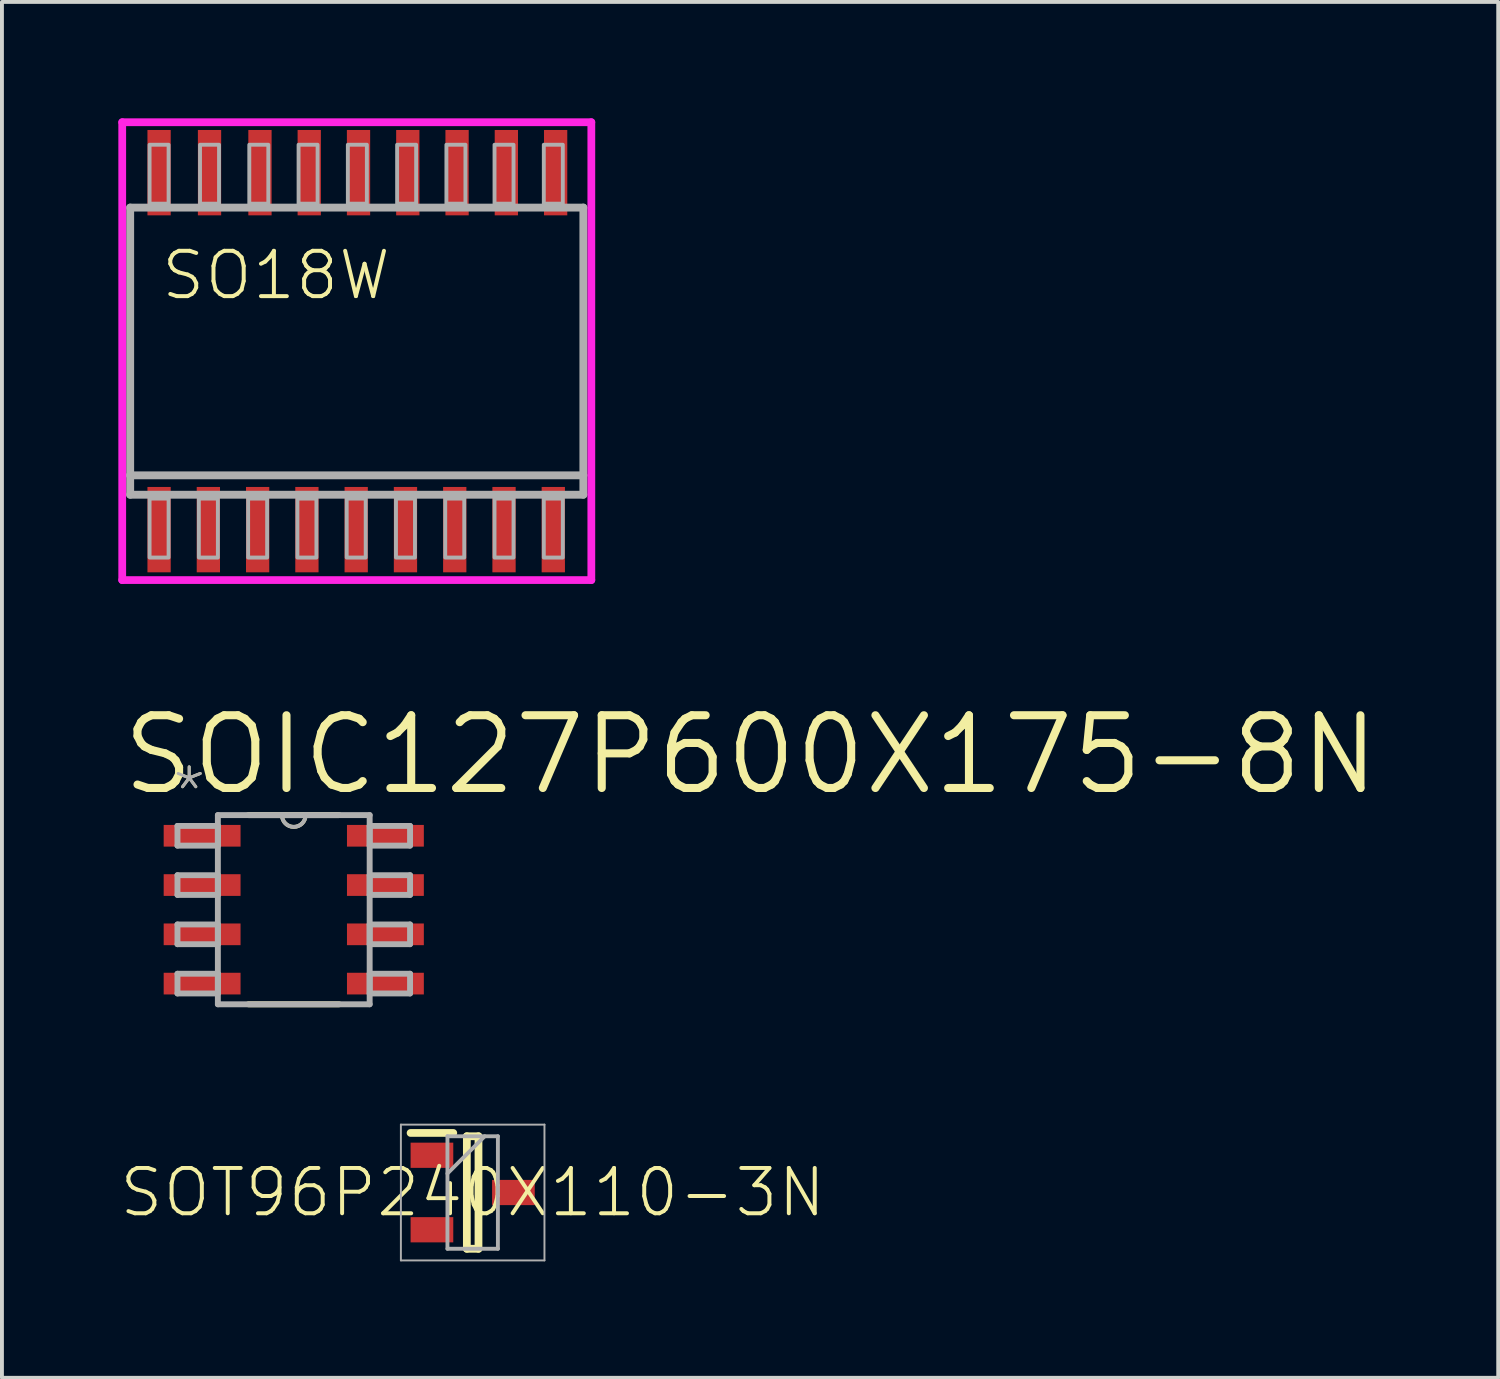
<source format=kicad_pcb>
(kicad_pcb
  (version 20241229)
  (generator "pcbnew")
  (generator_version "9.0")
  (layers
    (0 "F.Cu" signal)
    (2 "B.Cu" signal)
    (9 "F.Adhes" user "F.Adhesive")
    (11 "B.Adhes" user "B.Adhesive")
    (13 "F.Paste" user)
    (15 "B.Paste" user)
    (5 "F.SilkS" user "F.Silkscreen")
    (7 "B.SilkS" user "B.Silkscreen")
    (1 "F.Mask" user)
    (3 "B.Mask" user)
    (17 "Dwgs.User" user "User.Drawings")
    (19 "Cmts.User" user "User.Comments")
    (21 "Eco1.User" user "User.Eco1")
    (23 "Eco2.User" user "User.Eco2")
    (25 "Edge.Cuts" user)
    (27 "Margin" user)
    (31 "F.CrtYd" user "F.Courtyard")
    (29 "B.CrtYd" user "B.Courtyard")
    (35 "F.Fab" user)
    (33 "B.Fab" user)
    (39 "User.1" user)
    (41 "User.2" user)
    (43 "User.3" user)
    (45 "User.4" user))
  (footprint "SO18W"
    (layer "F.Cu")
    (at 5.495 6)
    (property "Reference" "SO18W" (at -4.445 -1.27 0) (layer "F.SilkS") (effects (font (size 1.168 1.168) (thickness 0.102)) (justify left bottom)))
    (fp_line (start -5.395 -5.9) (end 6.695 -5.9) (stroke (width 0.2) (type solid)) (layer "F.CrtYd"))
    (fp_line (start -5.395 5.9) (end -5.395 -5.9) (stroke (width 0.2) (type solid)) (layer "F.CrtYd"))
    (fp_line (start 6.695 -5.9) (end 6.695 5.9) (stroke (width 0.2) (type solid)) (layer "F.CrtYd"))
    (fp_line (start 6.695 5.9) (end -5.395 5.9) (stroke (width 0.2) (type solid)) (layer "F.CrtYd"))
    (fp_line (start -5.19 -3.7) (end 6.49 -3.7) (stroke (width 0.203) (type solid)) (layer "F.Fab"))
    (fp_line (start -5.19 3.2) (end -5.19 -3.7) (stroke (width 0.203) (type solid)) (layer "F.Fab"))
    (fp_line (start -5.19 3.7) (end -5.19 3.2) (stroke (width 0.203) (type solid)) (layer "F.Fab"))
    (fp_line (start 6.49 -3.7) (end 6.49 3.2) (stroke (width 0.203) (type solid)) (layer "F.Fab"))
    (fp_line (start 6.49 3.2) (end -5.19 3.2) (stroke (width 0.203) (type solid)) (layer "F.Fab"))
    (fp_line (start 6.49 3.2) (end 6.49 3.7) (stroke (width 0.203) (type solid)) (layer "F.Fab"))
    (fp_line (start 6.49 3.7) (end -5.19 3.7) (stroke (width 0.203) (type solid)) (layer "F.Fab"))
    (fp_poly (pts (xy -4.69 -3.8) (xy -4.2 -3.8) (xy -4.2 -5.32) (xy -4.69 -5.32)) (stroke (width 0.1) (type default)) (fill no) (layer "F.Fab"))
    (fp_poly (pts (xy -4.69 5.32) (xy -4.2 5.32) (xy -4.2 3.8) (xy -4.69 3.8)) (stroke (width 0.1) (type default)) (fill no) (layer "F.Fab"))
    (fp_poly (pts (xy -3.42 5.32) (xy -2.93 5.32) (xy -2.93 3.8) (xy -3.42 3.8)) (stroke (width 0.1) (type default)) (fill no) (layer "F.Fab"))
    (fp_poly (pts (xy -3.39 -3.8) (xy -2.9 -3.8) (xy -2.9 -5.32) (xy -3.39 -5.32)) (stroke (width 0.1) (type default)) (fill no) (layer "F.Fab"))
    (fp_poly (pts (xy -2.15 5.32) (xy -1.66 5.32) (xy -1.66 3.8) (xy -2.15 3.8)) (stroke (width 0.1) (type default)) (fill no) (layer "F.Fab"))
    (fp_poly (pts (xy -2.12 -3.8) (xy -1.63 -3.8) (xy -1.63 -5.32) (xy -2.12 -5.32)) (stroke (width 0.1) (type default)) (fill no) (layer "F.Fab"))
    (fp_poly (pts (xy -0.88 5.32) (xy -0.39 5.32) (xy -0.39 3.8) (xy -0.88 3.8)) (stroke (width 0.1) (type default)) (fill no) (layer "F.Fab"))
    (fp_poly (pts (xy -0.85 -3.8) (xy -0.36 -3.8) (xy -0.36 -5.32) (xy -0.85 -5.32)) (stroke (width 0.1) (type default)) (fill no) (layer "F.Fab"))
    (fp_poly (pts (xy 0.39 5.32) (xy 0.88 5.32) (xy 0.88 3.8) (xy 0.39 3.8)) (stroke (width 0.1) (type default)) (fill no) (layer "F.Fab"))
    (fp_poly (pts (xy 0.42 -3.8) (xy 0.91 -3.8) (xy 0.91 -5.32) (xy 0.42 -5.32)) (stroke (width 0.1) (type default)) (fill no) (layer "F.Fab"))
    (fp_poly (pts (xy 1.66 5.32) (xy 2.15 5.32) (xy 2.15 3.8) (xy 1.66 3.8)) (stroke (width 0.1) (type default)) (fill no) (layer "F.Fab"))
    (fp_poly (pts (xy 1.69 -3.8) (xy 2.18 -3.8) (xy 2.18 -5.32) (xy 1.69 -5.32)) (stroke (width 0.1) (type default)) (fill no) (layer "F.Fab"))
    (fp_poly (pts (xy 2.93 5.32) (xy 3.42 5.32) (xy 3.42 3.8) (xy 2.93 3.8)) (stroke (width 0.1) (type default)) (fill no) (layer "F.Fab"))
    (fp_poly (pts (xy 2.96 -3.8) (xy 3.45 -3.8) (xy 3.45 -5.32) (xy 2.96 -5.32)) (stroke (width 0.1) (type default)) (fill no) (layer "F.Fab"))
    (fp_poly (pts (xy 4.2 -3.8) (xy 4.69 -3.8) (xy 4.69 -5.32) (xy 4.2 -5.32)) (stroke (width 0.1) (type default)) (fill no) (layer "F.Fab"))
    (fp_poly (pts (xy 4.2 5.32) (xy 4.69 5.32) (xy 4.69 3.8) (xy 4.2 3.8)) (stroke (width 0.1) (type default)) (fill no) (layer "F.Fab"))
    (fp_poly (pts (xy 5.47 -3.8) (xy 5.96 -3.8) (xy 5.96 -5.32) (xy 5.47 -5.32)) (stroke (width 0.1) (type default)) (fill no) (layer "F.Fab"))
    (fp_poly (pts (xy 5.47 5.32) (xy 5.96 5.32) (xy 5.96 3.8) (xy 5.47 3.8)) (stroke (width 0.1) (type default)) (fill no) (layer "F.Fab"))
    (pad "1" smd rect (at -4.445 4.6) (size 0.6 2.2) (layers "F.Cu" "F.Mask" "F.Paste"))
    (pad "2" smd rect (at -3.175 4.6) (size 0.6 2.2) (layers "F.Cu" "F.Mask" "F.Paste"))
    (pad "3" smd rect (at -1.905 4.6) (size 0.6 2.2) (layers "F.Cu" "F.Mask" "F.Paste"))
    (pad "4" smd rect (at -0.635 4.6) (size 0.6 2.2) (layers "F.Cu" "F.Mask" "F.Paste"))
    (pad "5" smd rect (at 0.635 4.6) (size 0.6 2.2) (layers "F.Cu" "F.Mask" "F.Paste"))
    (pad "6" smd rect (at 1.905 4.6) (size 0.6 2.2) (layers "F.Cu" "F.Mask" "F.Paste"))
    (pad "7" smd rect (at 3.175 4.6) (size 0.6 2.2) (layers "F.Cu" "F.Mask" "F.Paste"))
    (pad "8" smd rect (at 4.445 4.6) (size 0.6 2.2) (layers "F.Cu" "F.Mask" "F.Paste"))
    (pad "9" smd rect (at 5.715 4.6) (size 0.6 2.2) (layers "F.Cu" "F.Mask" "F.Paste"))
    (pad "10" smd rect (at 5.775 -4.6) (size 0.6 2.2) (layers "F.Cu" "F.Mask" "F.Paste"))
    (pad "11" smd rect (at 4.505 -4.6) (size 0.6 2.2) (layers "F.Cu" "F.Mask" "F.Paste"))
    (pad "12" smd rect (at 3.235 -4.6) (size 0.6 2.2) (layers "F.Cu" "F.Mask" "F.Paste"))
    (pad "13" smd rect (at 1.965 -4.6) (size 0.6 2.2) (layers "F.Cu" "F.Mask" "F.Paste"))
    (pad "14" smd rect (at 0.695 -4.6) (size 0.6 2.2) (layers "F.Cu" "F.Mask" "F.Paste"))
    (pad "15" smd rect (at -0.575 -4.6) (size 0.6 2.2) (layers "F.Cu" "F.Mask" "F.Paste"))
    (pad "16" smd rect (at -1.845 -4.6) (size 0.6 2.2) (layers "F.Cu" "F.Mask" "F.Paste"))
    (pad "17" smd rect (at -3.145 -4.6) (size 0.6 2.2) (layers "F.Cu" "F.Mask" "F.Paste"))
    (pad "18" smd rect (at -4.445 -4.6) (size 0.6 2.2) (layers "F.Cu" "F.Mask" "F.Paste")))
  (footprint "SOIC127P600X175-8N"
    (layer "F.Cu")
    (at 4.521 20.395)
    (property "Reference" "SOIC127P600X175-8N" (at -4.521 -2.896 0) (layer "F.SilkS") (effects (font (size 1.875 1.875) (thickness 0.208)) (justify left bottom)))
    (fp_line (start -1.168 2.438) (end 1.168 2.438) (stroke (width 0.152) (type solid)) (layer "F.SilkS"))
    (fp_line (start -0.305 -2.438) (end -1.168 -2.438) (stroke (width 0.152) (type solid)) (layer "F.SilkS"))
    (fp_line (start 0.305 -2.438) (end -0.305 -2.438) (stroke (width 0.152) (type solid)) (layer "F.SilkS"))
    (fp_line (start 1.168 -2.438) (end 0.305 -2.438) (stroke (width 0.152) (type solid)) (layer "F.SilkS"))
    (fp_arc (start 0.3048 -2.4384) (mid 0 -2.1336) (end -0.3048 -2.4384) (stroke (width 0.1) (type solid)) (layer "F.SilkS"))
    (fp_line (start -2.997 -2.159) (end -2.997 -1.651) (stroke (width 0.152) (type solid)) (layer "F.Fab"))
    (fp_line (start -2.997 -1.651) (end -1.956 -1.651) (stroke (width 0.152) (type solid)) (layer "F.Fab"))
    (fp_line (start -2.997 -0.889) (end -2.997 -0.381) (stroke (width 0.152) (type solid)) (layer "F.Fab"))
    (fp_line (start -2.997 -0.381) (end -1.956 -0.381) (stroke (width 0.152) (type solid)) (layer "F.Fab"))
    (fp_line (start -2.997 0.381) (end -2.997 0.889) (stroke (width 0.152) (type solid)) (layer "F.Fab"))
    (fp_line (start -2.997 0.889) (end -1.956 0.889) (stroke (width 0.152) (type solid)) (layer "F.Fab"))
    (fp_line (start -2.997 1.651) (end -2.997 2.159) (stroke (width 0.152) (type solid)) (layer "F.Fab"))
    (fp_line (start -2.997 2.159) (end -1.956 2.159) (stroke (width 0.152) (type solid)) (layer "F.Fab"))
    (fp_line (start -1.956 -2.438) (end -1.956 2.438) (stroke (width 0.152) (type solid)) (layer "F.Fab"))
    (fp_line (start -1.956 -2.159) (end -2.997 -2.159) (stroke (width 0.152) (type solid)) (layer "F.Fab"))
    (fp_line (start -1.956 -1.651) (end -1.956 -2.159) (stroke (width 0.152) (type solid)) (layer "F.Fab"))
    (fp_line (start -1.956 -0.889) (end -2.997 -0.889) (stroke (width 0.152) (type solid)) (layer "F.Fab"))
    (fp_line (start -1.956 -0.381) (end -1.956 -0.889) (stroke (width 0.152) (type solid)) (layer "F.Fab"))
    (fp_line (start -1.956 0.381) (end -2.997 0.381) (stroke (width 0.152) (type solid)) (layer "F.Fab"))
    (fp_line (start -1.956 0.889) (end -1.956 0.381) (stroke (width 0.152) (type solid)) (layer "F.Fab"))
    (fp_line (start -1.956 1.651) (end -2.997 1.651) (stroke (width 0.152) (type solid)) (layer "F.Fab"))
    (fp_line (start -1.956 2.159) (end -1.956 1.651) (stroke (width 0.152) (type solid)) (layer "F.Fab"))
    (fp_line (start -1.956 2.438) (end 1.956 2.438) (stroke (width 0.152) (type solid)) (layer "F.Fab"))
    (fp_line (start -0.305 -2.438) (end -1.956 -2.438) (stroke (width 0.152) (type solid)) (layer "F.Fab"))
    (fp_line (start 0.305 -2.438) (end -0.305 -2.438) (stroke (width 0.152) (type solid)) (layer "F.Fab"))
    (fp_line (start 1.956 -2.438) (end 0.305 -2.438) (stroke (width 0.152) (type solid)) (layer "F.Fab"))
    (fp_line (start 1.956 -2.159) (end 1.956 -1.651) (stroke (width 0.152) (type solid)) (layer "F.Fab"))
    (fp_line (start 1.956 -1.651) (end 2.997 -1.651) (stroke (width 0.152) (type solid)) (layer "F.Fab"))
    (fp_line (start 1.956 -0.889) (end 1.956 -0.381) (stroke (width 0.152) (type solid)) (layer "F.Fab"))
    (fp_line (start 1.956 -0.381) (end 2.997 -0.381) (stroke (width 0.152) (type solid)) (layer "F.Fab"))
    (fp_line (start 1.956 0.381) (end 1.956 0.889) (stroke (width 0.152) (type solid)) (layer "F.Fab"))
    (fp_line (start 1.956 0.889) (end 2.997 0.889) (stroke (width 0.152) (type solid)) (layer "F.Fab"))
    (fp_line (start 1.956 1.651) (end 1.956 2.159) (stroke (width 0.152) (type solid)) (layer "F.Fab"))
    (fp_line (start 1.956 2.159) (end 2.997 2.159) (stroke (width 0.152) (type solid)) (layer "F.Fab"))
    (fp_line (start 1.956 2.438) (end 1.956 -2.438) (stroke (width 0.152) (type solid)) (layer "F.Fab"))
    (fp_line (start 2.997 -2.159) (end 1.956 -2.159) (stroke (width 0.152) (type solid)) (layer "F.Fab"))
    (fp_line (start 2.997 -1.651) (end 2.997 -2.159) (stroke (width 0.152) (type solid)) (layer "F.Fab"))
    (fp_line (start 2.997 -0.889) (end 1.956 -0.889) (stroke (width 0.152) (type solid)) (layer "F.Fab"))
    (fp_line (start 2.997 -0.381) (end 2.997 -0.889) (stroke (width 0.152) (type solid)) (layer "F.Fab"))
    (fp_line (start 2.997 0.381) (end 1.956 0.381) (stroke (width 0.152) (type solid)) (layer "F.Fab"))
    (fp_line (start 2.997 0.889) (end 2.997 0.381) (stroke (width 0.152) (type solid)) (layer "F.Fab"))
    (fp_line (start 2.997 1.651) (end 1.956 1.651) (stroke (width 0.152) (type solid)) (layer "F.Fab"))
    (fp_line (start 2.997 2.159) (end 2.997 1.651) (stroke (width 0.152) (type solid)) (layer "F.Fab"))
    (fp_arc (start 0.3048 -2.4384) (mid 0 -2.1336) (end -0.3048 -2.4384) (stroke (width 0.1) (type solid)) (layer "F.Fab"))
    (fp_text user "*" (at -3.2 -2.337 0) (layer "F.SilkS") (effects (font (size 1.194 1.194) (thickness 0.076)) (justify left bottom)))
    (fp_text user "*" (at -3.2 -2.337 0) (layer "F.Fab") (effects (font (size 1.194 1.194) (thickness 0.076)) (justify left bottom)))
    (pad "1" smd rect (at -2.362 -1.905) (size 1.981 0.559) (layers "F.Cu" "F.Mask" "F.Paste"))
    (pad "2" smd rect (at -2.362 -0.635) (size 1.981 0.559) (layers "F.Cu" "F.Mask" "F.Paste"))
    (pad "3" smd rect (at -2.362 0.635) (size 1.981 0.559) (layers "F.Cu" "F.Mask" "F.Paste"))
    (pad "4" smd rect (at -2.362 1.905) (size 1.981 0.559) (layers "F.Cu" "F.Mask" "F.Paste"))
    (pad "5" smd rect (at 2.362 1.905) (size 1.981 0.559) (layers "F.Cu" "F.Mask" "F.Paste"))
    (pad "6" smd rect (at 2.362 0.635) (size 1.981 0.559) (layers "F.Cu" "F.Mask" "F.Paste"))
    (pad "7" smd rect (at 2.362 -0.635) (size 1.981 0.559) (layers "F.Cu" "F.Mask" "F.Paste"))
    (pad "8" smd rect (at 2.362 -1.905) (size 1.981 0.559) (layers "F.Cu" "F.Mask" "F.Paste")))
  (footprint "SOT96P240X110-3N"
    (layer "F.Cu")
    (at 9.132 27.684)
    (property "Reference" "SOT96P240X110-3N" (at 0 0 0) (layer "F.SilkS") (effects (font (size 1.168 1.168) (thickness 0.102))))
    (fp_line (start -1.6 -1.535) (end -0.5 -1.535) (stroke (width 0.2) (type solid)) (layer "F.SilkS"))
    (fp_line (start -0.15 -1.45) (end 0.15 -1.45) (stroke (width 0.2) (type solid)) (layer "F.SilkS"))
    (fp_line (start -0.15 1.45) (end -0.15 -1.45) (stroke (width 0.2) (type solid)) (layer "F.SilkS"))
    (fp_line (start 0.15 -1.45) (end 0.15 1.45) (stroke (width 0.2) (type solid)) (layer "F.SilkS"))
    (fp_line (start 0.15 1.45) (end -0.15 1.45) (stroke (width 0.2) (type solid)) (layer "F.SilkS"))
    (fp_line (start -1.85 -1.75) (end 1.85 -1.75) (stroke (width 0.05) (type solid)) (layer "F.Fab"))
    (fp_line (start -1.85 1.75) (end -1.85 -1.75) (stroke (width 0.05) (type solid)) (layer "F.Fab"))
    (fp_line (start -0.65 -1.45) (end 0.65 -1.45) (stroke (width 0.1) (type solid)) (layer "F.Fab"))
    (fp_line (start -0.65 -0.49) (end 0.31 -1.45) (stroke (width 0.1) (type solid)) (layer "F.Fab"))
    (fp_line (start -0.65 1.45) (end -0.65 -1.45) (stroke (width 0.1) (type solid)) (layer "F.Fab"))
    (fp_line (start 0.65 -1.45) (end 0.65 1.45) (stroke (width 0.1) (type solid)) (layer "F.Fab"))
    (fp_line (start 0.65 1.45) (end -0.65 1.45) (stroke (width 0.1) (type solid)) (layer "F.Fab"))
    (fp_line (start 1.85 -1.75) (end 1.85 1.75) (stroke (width 0.05) (type solid)) (layer "F.Fab"))
    (fp_line (start 1.85 1.75) (end -1.85 1.75) (stroke (width 0.05) (type solid)) (layer "F.Fab"))
    (pad "1" smd rect (at -1.05 -0.96) (size 1.1 0.65) (layers "F.Cu" "F.Mask" "F.Paste"))
    (pad "2" smd rect (at -1.05 0.96) (size 1.1 0.65) (layers "F.Cu" "F.Mask" "F.Paste"))
    (pad "3" smd rect (at 1.05 0) (size 1.1 0.65) (layers "F.Cu" "F.Mask" "F.Paste")))
  (gr_rect
    (start -3 -3)
    (end 35.563 32.459)
    (stroke (width 0.1) (type default))
    (fill no)
    (layer "Edge.Cuts")))
</source>
